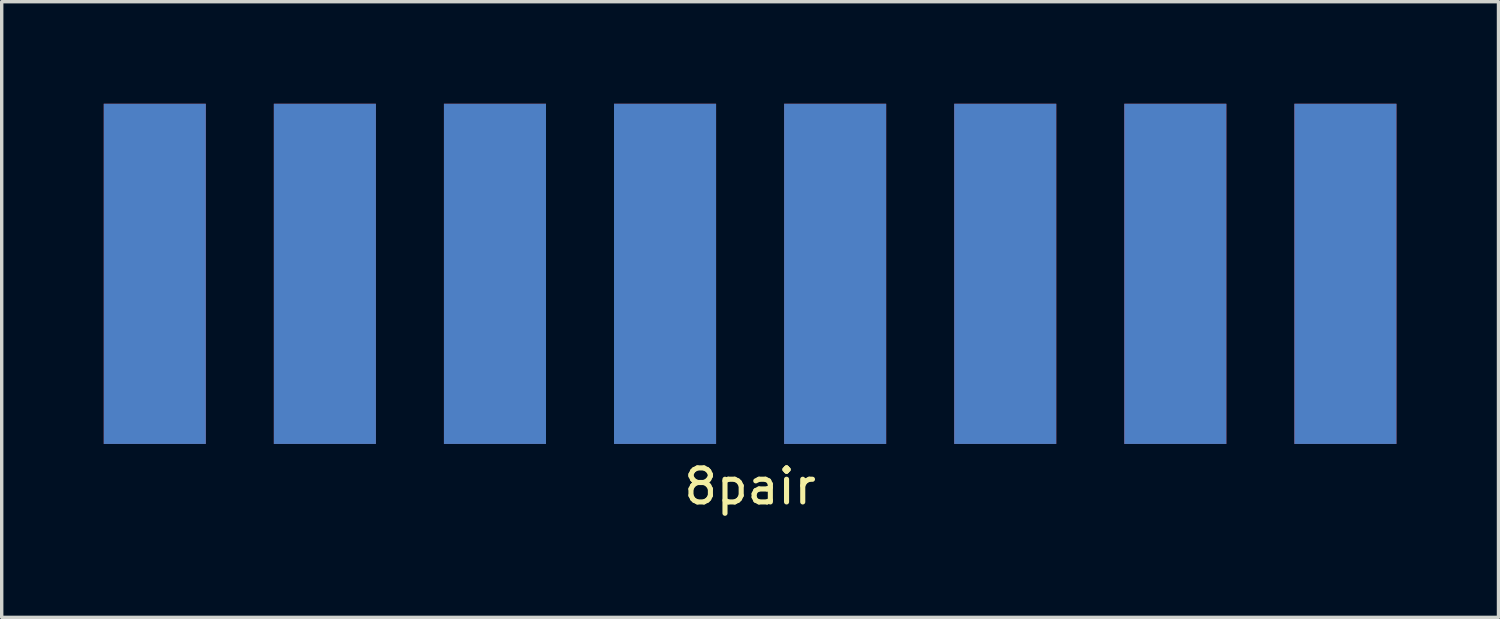
<source format=kicad_pcb>
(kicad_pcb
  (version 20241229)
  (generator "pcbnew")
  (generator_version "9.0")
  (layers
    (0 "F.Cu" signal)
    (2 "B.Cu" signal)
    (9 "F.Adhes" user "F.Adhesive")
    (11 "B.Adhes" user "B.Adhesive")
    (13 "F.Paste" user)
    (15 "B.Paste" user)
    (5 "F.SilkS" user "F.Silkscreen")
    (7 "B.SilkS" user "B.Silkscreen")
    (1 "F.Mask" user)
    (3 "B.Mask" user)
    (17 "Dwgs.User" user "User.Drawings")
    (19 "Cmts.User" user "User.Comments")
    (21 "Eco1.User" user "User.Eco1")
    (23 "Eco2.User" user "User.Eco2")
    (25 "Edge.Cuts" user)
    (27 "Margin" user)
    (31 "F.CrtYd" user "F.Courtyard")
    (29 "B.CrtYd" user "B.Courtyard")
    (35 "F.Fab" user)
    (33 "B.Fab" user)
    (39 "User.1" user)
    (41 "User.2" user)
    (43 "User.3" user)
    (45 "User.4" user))
  (footprint "8pair"
    (layer "F.Cu")
    (at 19 5)
    (property "Reference" "8pair" (at 0 6.25 0) (layer "F.SilkS") (effects (font (size 1 1) (thickness 0.15))))
    (attr through_hole)
    (pad "1" smd rect (at -17.5 0) (size 3 10) (layers "F.Cu" "F.Mask" "F.Paste"))
    (pad "2" smd rect (at -12.5 0) (size 3 10) (layers "F.Cu" "F.Mask" "F.Paste"))
    (pad "3" smd rect (at -7.5 0) (size 3 10) (layers "F.Cu" "F.Mask" "F.Paste"))
    (pad "4" smd rect (at -2.5 0) (size 3 10) (layers "F.Cu" "F.Mask" "F.Paste"))
    (pad "5" smd rect (at 2.5 0) (size 3 10) (layers "F.Cu" "F.Mask" "F.Paste"))
    (pad "6" smd rect (at 7.5 0) (size 3 10) (layers "F.Cu" "F.Mask" "F.Paste"))
    (pad "7" smd rect (at 12.5 0) (size 3 10) (layers "F.Cu" "F.Mask" "F.Paste"))
    (pad "8" smd rect (at 17.5 0) (size 3 10) (layers "F.Cu" "F.Mask" "F.Paste"))
    (pad "9" smd rect (at -17.5 0) (size 3 10) (layers "F.Mask" "B.Cu" "F.Paste"))
    (pad "10" smd rect (at -12.5 0) (size 3 10) (layers "F.Mask" "B.Cu" "F.Paste"))
    (pad "11" smd rect (at -7.5 0) (size 3 10) (layers "F.Mask" "B.Cu" "F.Paste"))
    (pad "12" smd rect (at -2.5 0) (size 3 10) (layers "F.Mask" "B.Cu" "F.Paste"))
    (pad "13" smd rect (at 2.5 0) (size 3 10) (layers "F.Mask" "B.Cu" "F.Paste"))
    (pad "14" smd rect (at 7.5 0) (size 3 10) (layers "F.Mask" "B.Cu" "F.Paste"))
    (pad "15" smd rect (at 12.5 0) (size 3 10) (layers "F.Mask" "B.Cu" "F.Paste"))
    (pad "16" smd rect (at 17.5 0) (size 3 10) (layers "F.Mask" "B.Cu" "F.Paste")))
  (gr_rect
    (start -3 -3)
    (end 41 15.098)
    (stroke (width 0.1) (type default))
    (fill no)
    (layer "Edge.Cuts")))
</source>
